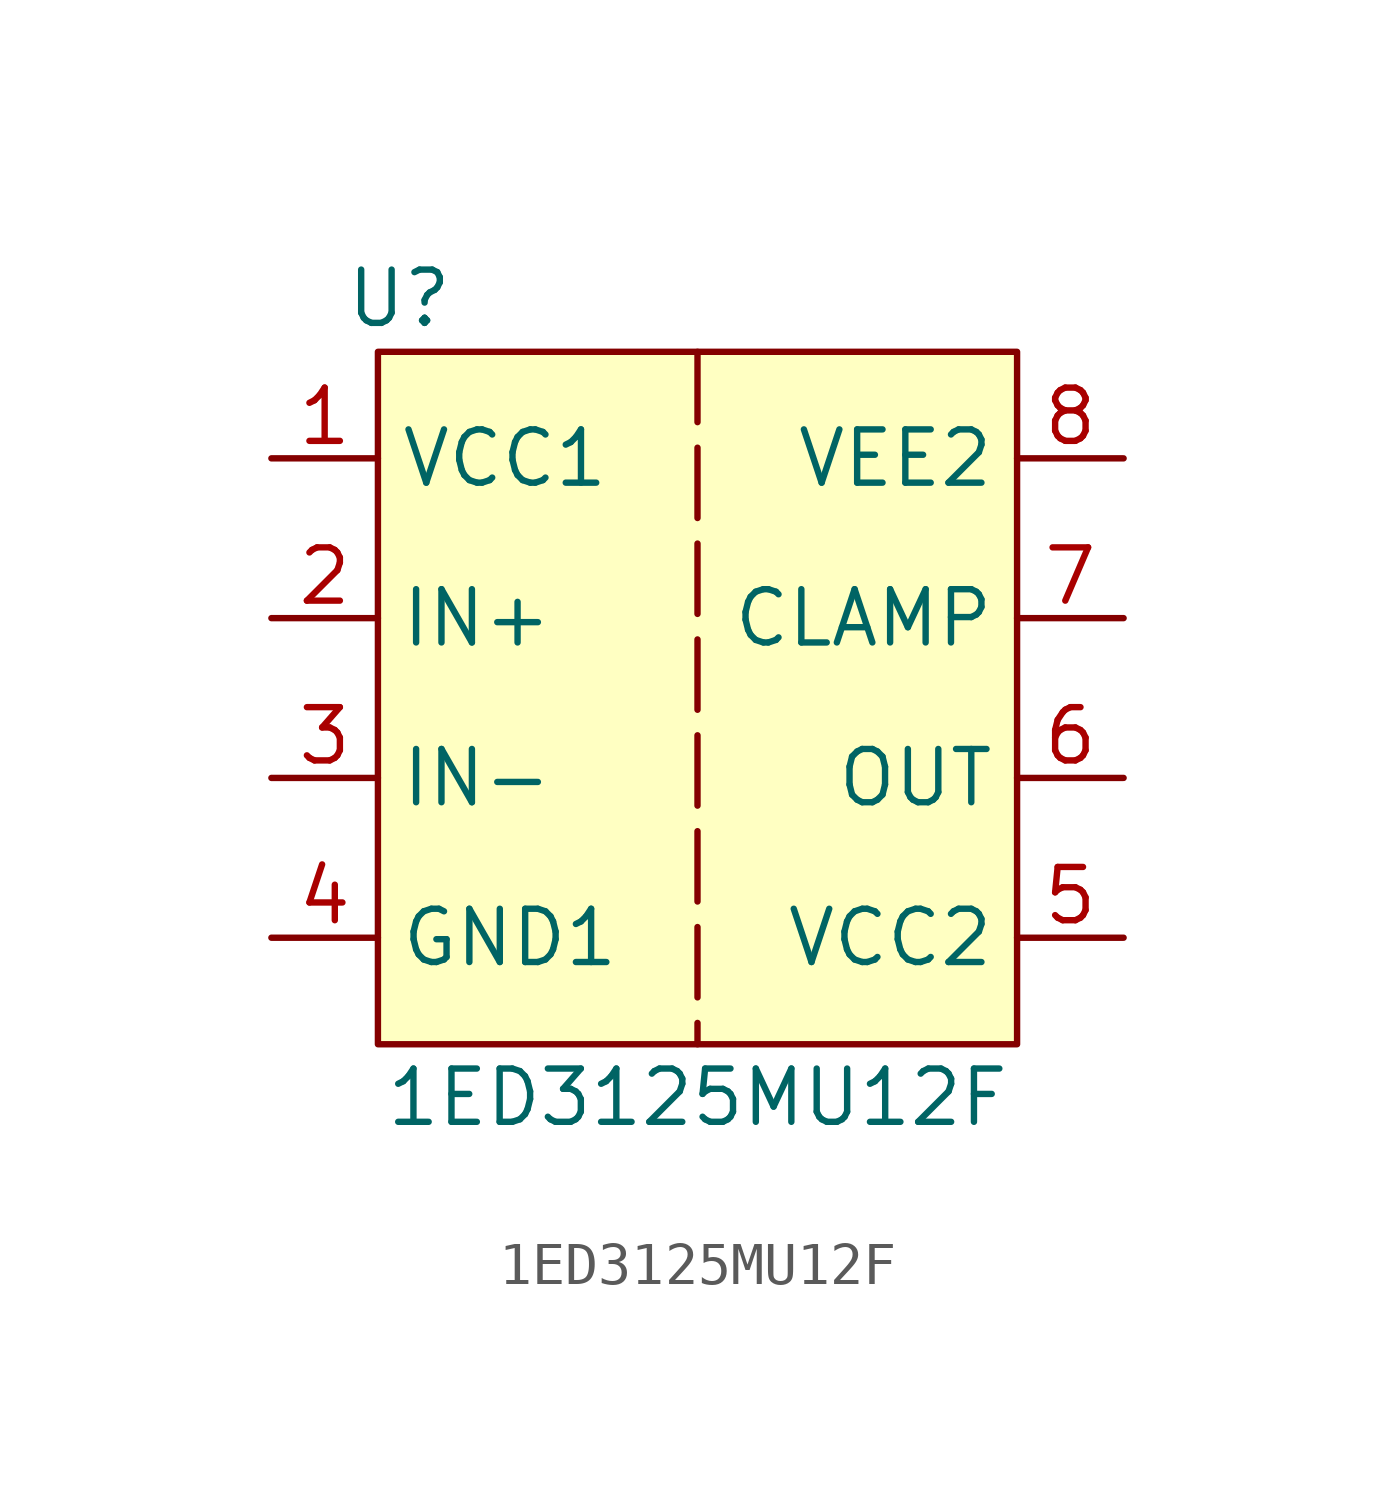
<source format=kicad_sym>
(kicad_symbol_lib
  (version 20231120)
  (generator "kicad_symbol_editor")
  (generator_version "8.0")
  (symbol "1ED3125MU12F"
    (property "Reference" "U"
      (at -7.112 8.89 0)
      (effects (font (size 1.27 1.27))))
    (property "Value" "1ED3125MU12F"
      (at 0 -10.16 0)
      (effects (font (size 1.27 1.27))))
    (symbol "1ED3125MU12F_1_1"
      (rectangle (start -7.62 7.62) (end 7.62 -8.89) (stroke (width 0) (type default)) (fill (type background)))
      (polyline (pts (xy 0 7.62) (xy 0 -8.89)) (stroke (width 0) (type dash)) (fill (type none)))
      (pin power_in line (at -10.16 5.08 0) (length 2.54) (name "VCC1" (effects (font (size 1.27 1.27)))) (number "1" (effects (font (size 1.27 1.27)))))
      (pin input line (at -10.16 1.27 0) (length 2.54) (name "IN+" (effects (font (size 1.27 1.27)))) (number "2" (effects (font (size 1.27 1.27)))))
      (pin input line (at -10.16 -2.54 0) (length 2.54) (name "IN-" (effects (font (size 1.27 1.27)))) (number "3" (effects (font (size 1.27 1.27)))))
      (pin power_in line (at -10.16 -6.35 0) (length 2.54) (name "GND1" (effects (font (size 1.27 1.27)))) (number "4" (effects (font (size 1.27 1.27)))))
      (pin power_in line (at 10.16 -6.35 180) (length 2.54) (name "VCC2" (effects (font (size 1.27 1.27)))) (number "5" (effects (font (size 1.27 1.27)))))
      (pin bidirectional line (at 10.16 -2.54 180) (length 2.54) (name "OUT" (effects (font (size 1.27 1.27)))) (number "6" (effects (font (size 1.27 1.27)))))
      (pin bidirectional line (at 10.16 1.27 180) (length 2.54) (name "CLAMP" (effects (font (size 1.27 1.27)))) (number "7" (effects (font (size 1.27 1.27)))))
      (pin power_in line (at 10.16 5.08 180) (length 2.54) (name "VEE2" (effects (font (size 1.27 1.27)))) (number "8" (effects (font (size 1.27 1.27))))))))
</source>
